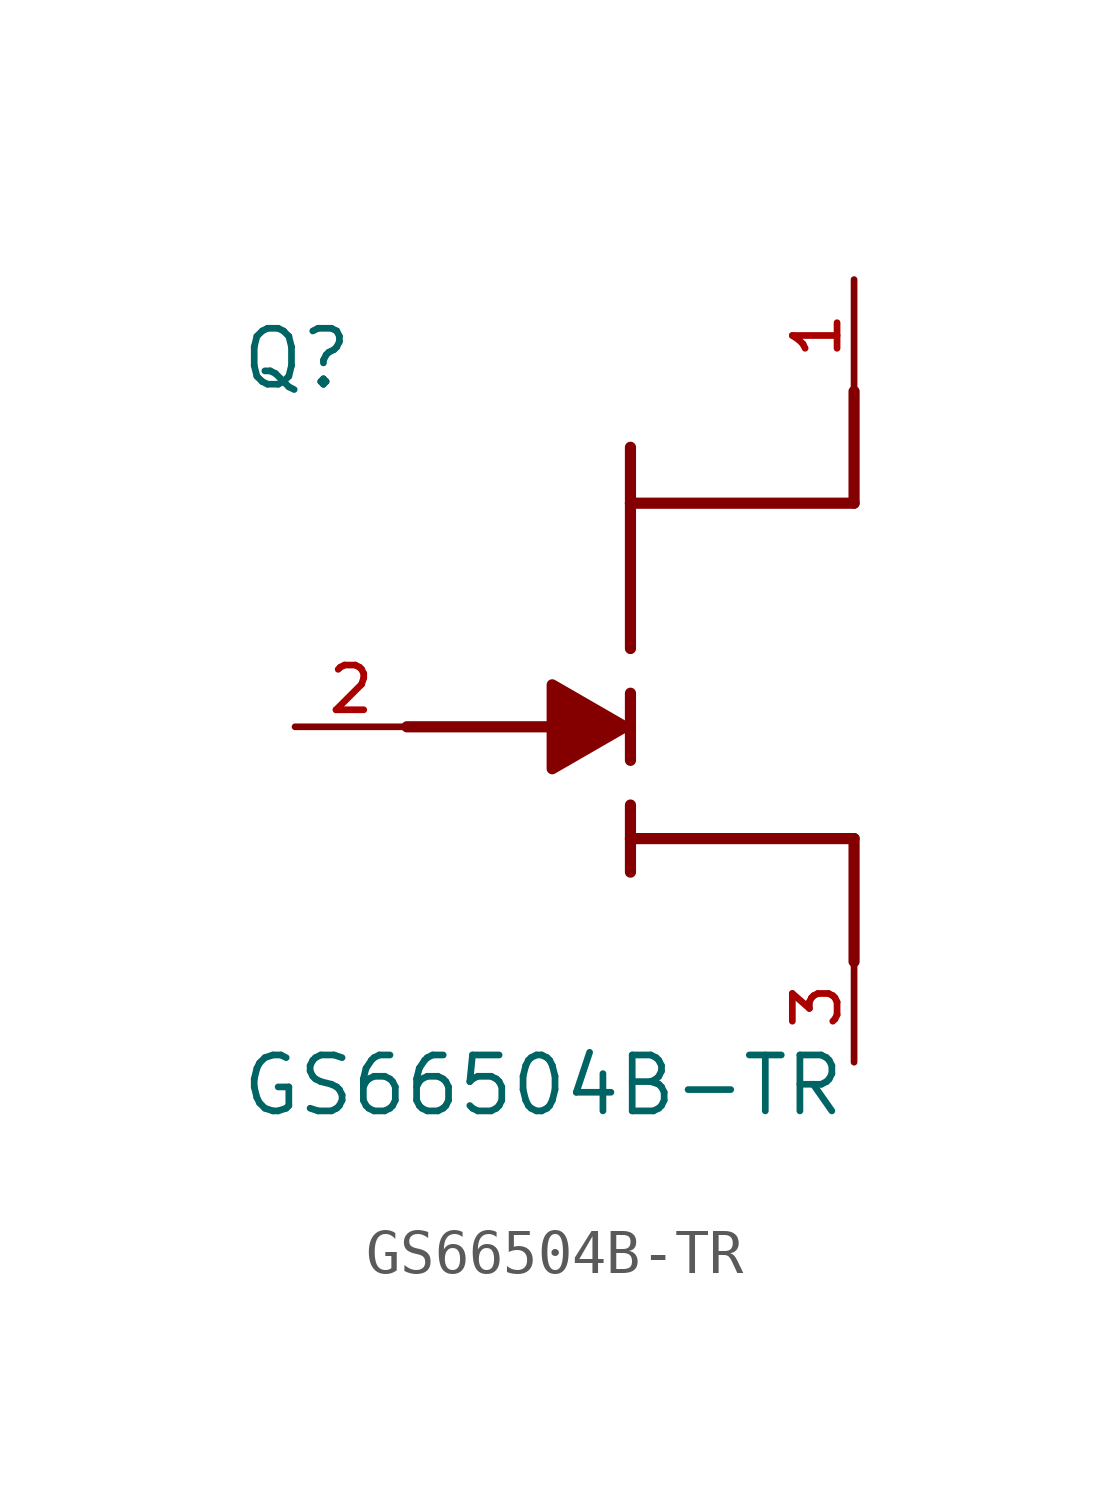
<source format=kicad_sym>
(kicad_symbol_lib
  (version 20211014)
  (generator kicad_symbol_editor)
  (symbol "GS66504B-TR"
    (pin_names
      (offset 1.016))
    (property "Reference" "Q"
      (at -8.89 7.62 0)
      (effects (font (size 1.27 1.27)) (justify bottom left)))
    (property "Value" "GS66504B-TR"
      (at -8.89 -8.89 0)
      (effects (font (size 1.27 1.27)) (justify bottom left)))
    (symbol "GS66504B-TR_0_0"
      (polyline (pts (xy 0.0 -0.762) (xy 0.0 0.762)) (stroke (width 0.254)))
      (polyline (pts (xy 0.0 1.778) (xy 0.0 5.08)) (stroke (width 0.254)))
      (polyline (pts (xy 0.0 5.08) (xy 0.0 6.35)) (stroke (width 0.254)))
      (polyline (pts (xy 0.0 -1.778) (xy 0.0 -2.54)) (stroke (width 0.254)))
      (polyline (pts (xy -0.127 0.0) (xy -1.778 0.953) (xy -1.778 -0.953) (xy -0.127 0.0)) (stroke (width 0.254)) (fill (type outline)))
      (polyline (pts (xy 0.0 -2.54) (xy 0.0 -3.302)) (stroke (width 0.254)))
      (polyline (pts (xy -0.635 0.0) (xy -5.08 0.0)) (stroke (width 0.254)))
      (polyline (pts (xy 0.0 5.08) (xy 5.08 5.08)) (stroke (width 0.254)))
      (polyline (pts (xy 5.08 5.08) (xy 5.08 7.62)) (stroke (width 0.254)))
      (polyline (pts (xy 0.0 -2.54) (xy 5.08 -2.54)) (stroke (width 0.254)))
      (polyline (pts (xy 5.08 -2.54) (xy 5.08 -5.334)) (stroke (width 0.254)))
      (pin passive line (at -7.62 0.0 0) (length 2.54) (name "~" (effects (font (size 1.016 1.016)))) (number "2" (effects (font (size 1.016 1.016)))))
      (pin passive line (at 5.08 10.16 270.0) (length 2.54) (name "~" (effects (font (size 1.016 1.016)))) (number "1" (effects (font (size 1.016 1.016)))))
      (pin passive line (at 5.08 -7.62 90.0) (length 2.54) (name "~" (effects (font (size 1.016 1.016)))) (number "3" (effects (font (size 1.016 1.016))))))))
</source>
